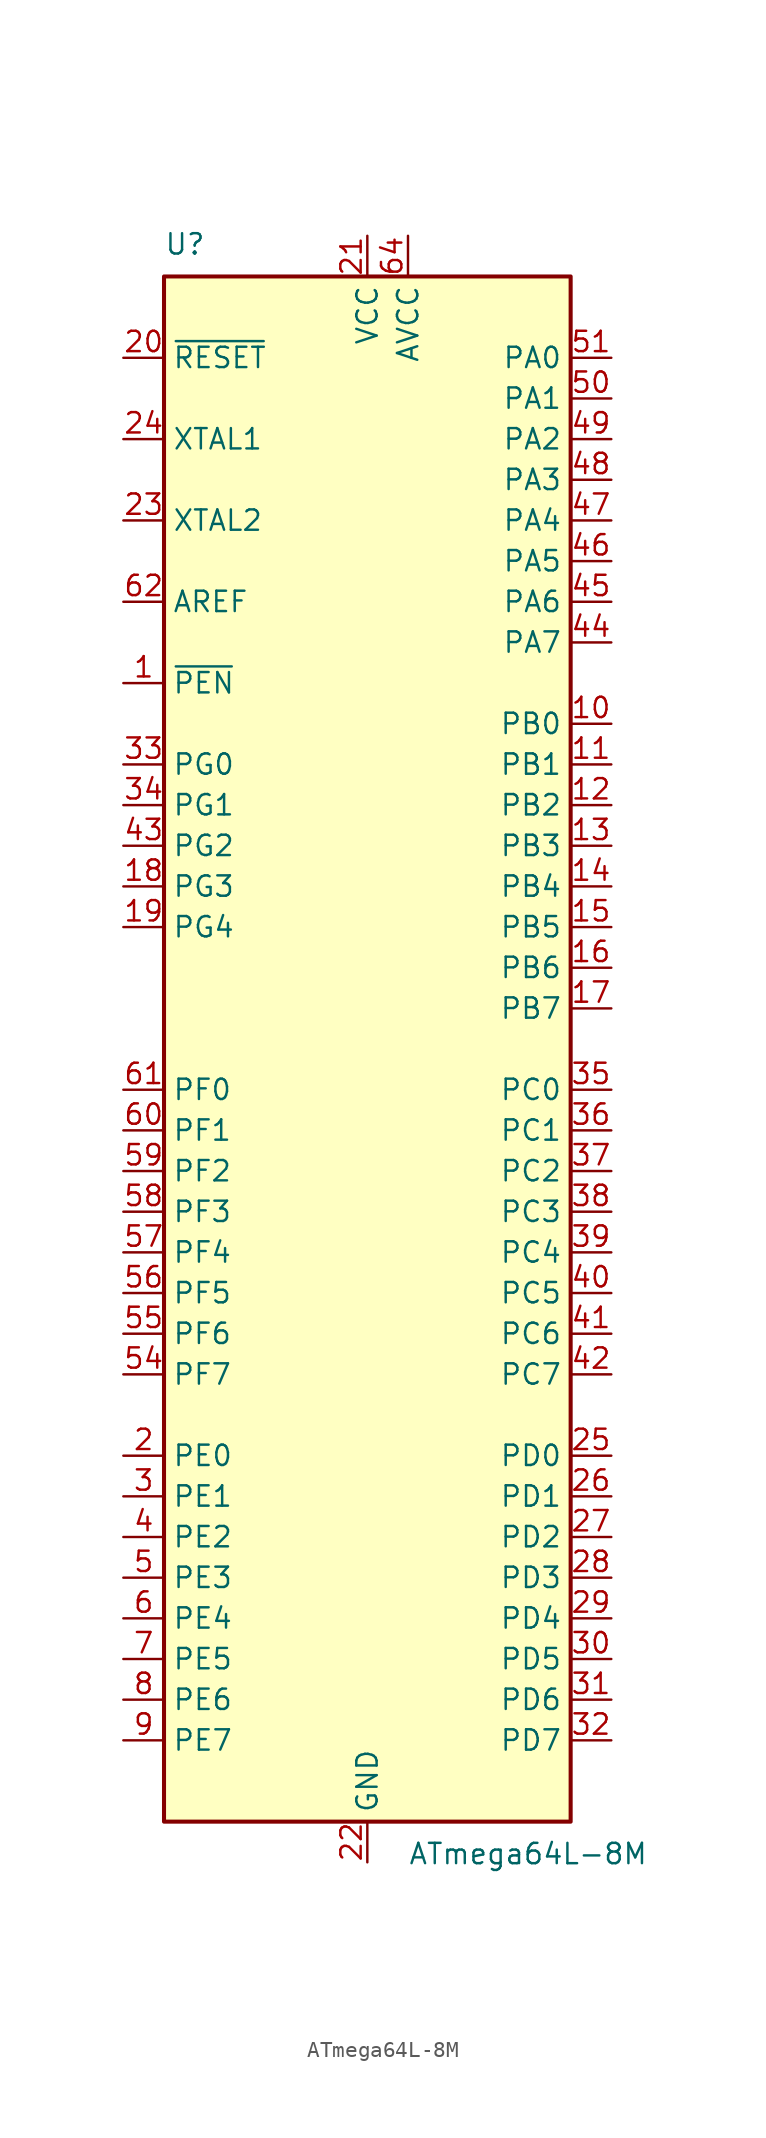
<source format=kicad_sym>
(kicad_symbol_lib
  (version 20201005)
  (generator kicad_symbol_editor)
  (symbol "ATmega64L-8M"
    (property "Reference" "U"
      (at -12.7 49.53 0)
      (effects (font (size 1.27 1.27)) (justify left bottom)))
    (property "Value" "ATmega64L-8M"
      (at 2.54 -49.53 0)
      (effects (font (size 1.27 1.27)) (justify left top)))
    (symbol "ATmega64L-8M_0_1"
      (rectangle (start -12.7 -48.26) (end 12.7 48.26) (stroke (width 0.254)) (fill (type background))))
    (symbol "ATmega64L-8M_1_1"
      (pin input line (at -15.24 22.86 0) (length 2.54) (name "~PEN" (effects (font (size 1.27 1.27)))) (number "1" (effects (font (size 1.27 1.27)))))
      (pin bidirectional line (at 15.24 20.32 180) (length 2.54) (name "PB0" (effects (font (size 1.27 1.27)))) (number "10" (effects (font (size 1.27 1.27)))))
      (pin bidirectional line (at 15.24 17.78 180) (length 2.54) (name "PB1" (effects (font (size 1.27 1.27)))) (number "11" (effects (font (size 1.27 1.27)))))
      (pin bidirectional line (at 15.24 15.24 180) (length 2.54) (name "PB2" (effects (font (size 1.27 1.27)))) (number "12" (effects (font (size 1.27 1.27)))))
      (pin bidirectional line (at 15.24 12.7 180) (length 2.54) (name "PB3" (effects (font (size 1.27 1.27)))) (number "13" (effects (font (size 1.27 1.27)))))
      (pin bidirectional line (at 15.24 10.16 180) (length 2.54) (name "PB4" (effects (font (size 1.27 1.27)))) (number "14" (effects (font (size 1.27 1.27)))))
      (pin bidirectional line (at 15.24 7.62 180) (length 2.54) (name "PB5" (effects (font (size 1.27 1.27)))) (number "15" (effects (font (size 1.27 1.27)))))
      (pin bidirectional line (at 15.24 5.08 180) (length 2.54) (name "PB6" (effects (font (size 1.27 1.27)))) (number "16" (effects (font (size 1.27 1.27)))))
      (pin bidirectional line (at 15.24 2.54 180) (length 2.54) (name "PB7" (effects (font (size 1.27 1.27)))) (number "17" (effects (font (size 1.27 1.27)))))
      (pin bidirectional line (at -15.24 10.16 0) (length 2.54) (name "PG3" (effects (font (size 1.27 1.27)))) (number "18" (effects (font (size 1.27 1.27)))))
      (pin bidirectional line (at -15.24 7.62 0) (length 2.54) (name "PG4" (effects (font (size 1.27 1.27)))) (number "19" (effects (font (size 1.27 1.27)))))
      (pin bidirectional line (at -15.24 -25.4 0) (length 2.54) (name "PE0" (effects (font (size 1.27 1.27)))) (number "2" (effects (font (size 1.27 1.27)))))
      (pin input line (at -15.24 43.18 0) (length 2.54) (name "~RESET" (effects (font (size 1.27 1.27)))) (number "20" (effects (font (size 1.27 1.27)))))
      (pin power_in line (at 0 50.8 270) (length 2.54) (name "VCC" (effects (font (size 1.27 1.27)))) (number "21" (effects (font (size 1.27 1.27)))))
      (pin power_in line (at 0 -50.8 90) (length 2.54) (name "GND" (effects (font (size 1.27 1.27)))) (number "22" (effects (font (size 1.27 1.27)))))
      (pin output line (at -15.24 33.02 0) (length 2.54) (name "XTAL2" (effects (font (size 1.27 1.27)))) (number "23" (effects (font (size 1.27 1.27)))))
      (pin input line (at -15.24 38.1 0) (length 2.54) (name "XTAL1" (effects (font (size 1.27 1.27)))) (number "24" (effects (font (size 1.27 1.27)))))
      (pin bidirectional line (at 15.24 -25.4 180) (length 2.54) (name "PD0" (effects (font (size 1.27 1.27)))) (number "25" (effects (font (size 1.27 1.27)))))
      (pin bidirectional line (at 15.24 -27.94 180) (length 2.54) (name "PD1" (effects (font (size 1.27 1.27)))) (number "26" (effects (font (size 1.27 1.27)))))
      (pin bidirectional line (at 15.24 -30.48 180) (length 2.54) (name "PD2" (effects (font (size 1.27 1.27)))) (number "27" (effects (font (size 1.27 1.27)))))
      (pin bidirectional line (at 15.24 -33.02 180) (length 2.54) (name "PD3" (effects (font (size 1.27 1.27)))) (number "28" (effects (font (size 1.27 1.27)))))
      (pin bidirectional line (at 15.24 -35.56 180) (length 2.54) (name "PD4" (effects (font (size 1.27 1.27)))) (number "29" (effects (font (size 1.27 1.27)))))
      (pin bidirectional line (at -15.24 -27.94 0) (length 2.54) (name "PE1" (effects (font (size 1.27 1.27)))) (number "3" (effects (font (size 1.27 1.27)))))
      (pin bidirectional line (at 15.24 -38.1 180) (length 2.54) (name "PD5" (effects (font (size 1.27 1.27)))) (number "30" (effects (font (size 1.27 1.27)))))
      (pin bidirectional line (at 15.24 -40.64 180) (length 2.54) (name "PD6" (effects (font (size 1.27 1.27)))) (number "31" (effects (font (size 1.27 1.27)))))
      (pin bidirectional line (at 15.24 -43.18 180) (length 2.54) (name "PD7" (effects (font (size 1.27 1.27)))) (number "32" (effects (font (size 1.27 1.27)))))
      (pin bidirectional line (at -15.24 17.78 0) (length 2.54) (name "PG0" (effects (font (size 1.27 1.27)))) (number "33" (effects (font (size 1.27 1.27)))))
      (pin bidirectional line (at -15.24 15.24 0) (length 2.54) (name "PG1" (effects (font (size 1.27 1.27)))) (number "34" (effects (font (size 1.27 1.27)))))
      (pin bidirectional line (at 15.24 -2.54 180) (length 2.54) (name "PC0" (effects (font (size 1.27 1.27)))) (number "35" (effects (font (size 1.27 1.27)))))
      (pin bidirectional line (at 15.24 -5.08 180) (length 2.54) (name "PC1" (effects (font (size 1.27 1.27)))) (number "36" (effects (font (size 1.27 1.27)))))
      (pin bidirectional line (at 15.24 -7.62 180) (length 2.54) (name "PC2" (effects (font (size 1.27 1.27)))) (number "37" (effects (font (size 1.27 1.27)))))
      (pin bidirectional line (at 15.24 -10.16 180) (length 2.54) (name "PC3" (effects (font (size 1.27 1.27)))) (number "38" (effects (font (size 1.27 1.27)))))
      (pin bidirectional line (at 15.24 -12.7 180) (length 2.54) (name "PC4" (effects (font (size 1.27 1.27)))) (number "39" (effects (font (size 1.27 1.27)))))
      (pin bidirectional line (at -15.24 -30.48 0) (length 2.54) (name "PE2" (effects (font (size 1.27 1.27)))) (number "4" (effects (font (size 1.27 1.27)))))
      (pin bidirectional line (at 15.24 -15.24 180) (length 2.54) (name "PC5" (effects (font (size 1.27 1.27)))) (number "40" (effects (font (size 1.27 1.27)))))
      (pin bidirectional line (at 15.24 -17.78 180) (length 2.54) (name "PC6" (effects (font (size 1.27 1.27)))) (number "41" (effects (font (size 1.27 1.27)))))
      (pin bidirectional line (at 15.24 -20.32 180) (length 2.54) (name "PC7" (effects (font (size 1.27 1.27)))) (number "42" (effects (font (size 1.27 1.27)))))
      (pin bidirectional line (at -15.24 12.7 0) (length 2.54) (name "PG2" (effects (font (size 1.27 1.27)))) (number "43" (effects (font (size 1.27 1.27)))))
      (pin bidirectional line (at 15.24 25.4 180) (length 2.54) (name "PA7" (effects (font (size 1.27 1.27)))) (number "44" (effects (font (size 1.27 1.27)))))
      (pin bidirectional line (at 15.24 27.94 180) (length 2.54) (name "PA6" (effects (font (size 1.27 1.27)))) (number "45" (effects (font (size 1.27 1.27)))))
      (pin bidirectional line (at 15.24 30.48 180) (length 2.54) (name "PA5" (effects (font (size 1.27 1.27)))) (number "46" (effects (font (size 1.27 1.27)))))
      (pin bidirectional line (at 15.24 33.02 180) (length 2.54) (name "PA4" (effects (font (size 1.27 1.27)))) (number "47" (effects (font (size 1.27 1.27)))))
      (pin bidirectional line (at 15.24 35.56 180) (length 2.54) (name "PA3" (effects (font (size 1.27 1.27)))) (number "48" (effects (font (size 1.27 1.27)))))
      (pin bidirectional line (at 15.24 38.1 180) (length 2.54) (name "PA2" (effects (font (size 1.27 1.27)))) (number "49" (effects (font (size 1.27 1.27)))))
      (pin bidirectional line (at -15.24 -33.02 0) (length 2.54) (name "PE3" (effects (font (size 1.27 1.27)))) (number "5" (effects (font (size 1.27 1.27)))))
      (pin bidirectional line (at 15.24 40.64 180) (length 2.54) (name "PA1" (effects (font (size 1.27 1.27)))) (number "50" (effects (font (size 1.27 1.27)))))
      (pin bidirectional line (at 15.24 43.18 180) (length 2.54) (name "PA0" (effects (font (size 1.27 1.27)))) (number "51" (effects (font (size 1.27 1.27)))))
      (pin passive line (at 0 50.8 270) (length 2.54) hide (name "VCC" (effects (font (size 1.27 1.27)))) (number "52" (effects (font (size 1.27 1.27)))))
      (pin passive line (at 0 -50.8 90) (length 2.54) hide (name "GND" (effects (font (size 1.27 1.27)))) (number "53" (effects (font (size 1.27 1.27)))))
      (pin bidirectional line (at -15.24 -20.32 0) (length 2.54) (name "PF7" (effects (font (size 1.27 1.27)))) (number "54" (effects (font (size 1.27 1.27)))))
      (pin bidirectional line (at -15.24 -17.78 0) (length 2.54) (name "PF6" (effects (font (size 1.27 1.27)))) (number "55" (effects (font (size 1.27 1.27)))))
      (pin bidirectional line (at -15.24 -15.24 0) (length 2.54) (name "PF5" (effects (font (size 1.27 1.27)))) (number "56" (effects (font (size 1.27 1.27)))))
      (pin bidirectional line (at -15.24 -12.7 0) (length 2.54) (name "PF4" (effects (font (size 1.27 1.27)))) (number "57" (effects (font (size 1.27 1.27)))))
      (pin bidirectional line (at -15.24 -10.16 0) (length 2.54) (name "PF3" (effects (font (size 1.27 1.27)))) (number "58" (effects (font (size 1.27 1.27)))))
      (pin bidirectional line (at -15.24 -7.62 0) (length 2.54) (name "PF2" (effects (font (size 1.27 1.27)))) (number "59" (effects (font (size 1.27 1.27)))))
      (pin bidirectional line (at -15.24 -35.56 0) (length 2.54) (name "PE4" (effects (font (size 1.27 1.27)))) (number "6" (effects (font (size 1.27 1.27)))))
      (pin bidirectional line (at -15.24 -5.08 0) (length 2.54) (name "PF1" (effects (font (size 1.27 1.27)))) (number "60" (effects (font (size 1.27 1.27)))))
      (pin bidirectional line (at -15.24 -2.54 0) (length 2.54) (name "PF0" (effects (font (size 1.27 1.27)))) (number "61" (effects (font (size 1.27 1.27)))))
      (pin passive line (at -15.24 27.94 0) (length 2.54) (name "AREF" (effects (font (size 1.27 1.27)))) (number "62" (effects (font (size 1.27 1.27)))))
      (pin passive line (at 0 -50.8 90) (length 2.54) hide (name "GND" (effects (font (size 1.27 1.27)))) (number "63" (effects (font (size 1.27 1.27)))))
      (pin power_in line (at 2.54 50.8 270) (length 2.54) (name "AVCC" (effects (font (size 1.27 1.27)))) (number "64" (effects (font (size 1.27 1.27)))))
      (pin passive line (at 0 -50.8 90) (length 2.54) hide (name "GND" (effects (font (size 1.27 1.27)))) (number "65" (effects (font (size 1.27 1.27)))))
      (pin bidirectional line (at -15.24 -38.1 0) (length 2.54) (name "PE5" (effects (font (size 1.27 1.27)))) (number "7" (effects (font (size 1.27 1.27)))))
      (pin bidirectional line (at -15.24 -40.64 0) (length 2.54) (name "PE6" (effects (font (size 1.27 1.27)))) (number "8" (effects (font (size 1.27 1.27)))))
      (pin bidirectional line (at -15.24 -43.18 0) (length 2.54) (name "PE7" (effects (font (size 1.27 1.27)))) (number "9" (effects (font (size 1.27 1.27))))))))
</source>
